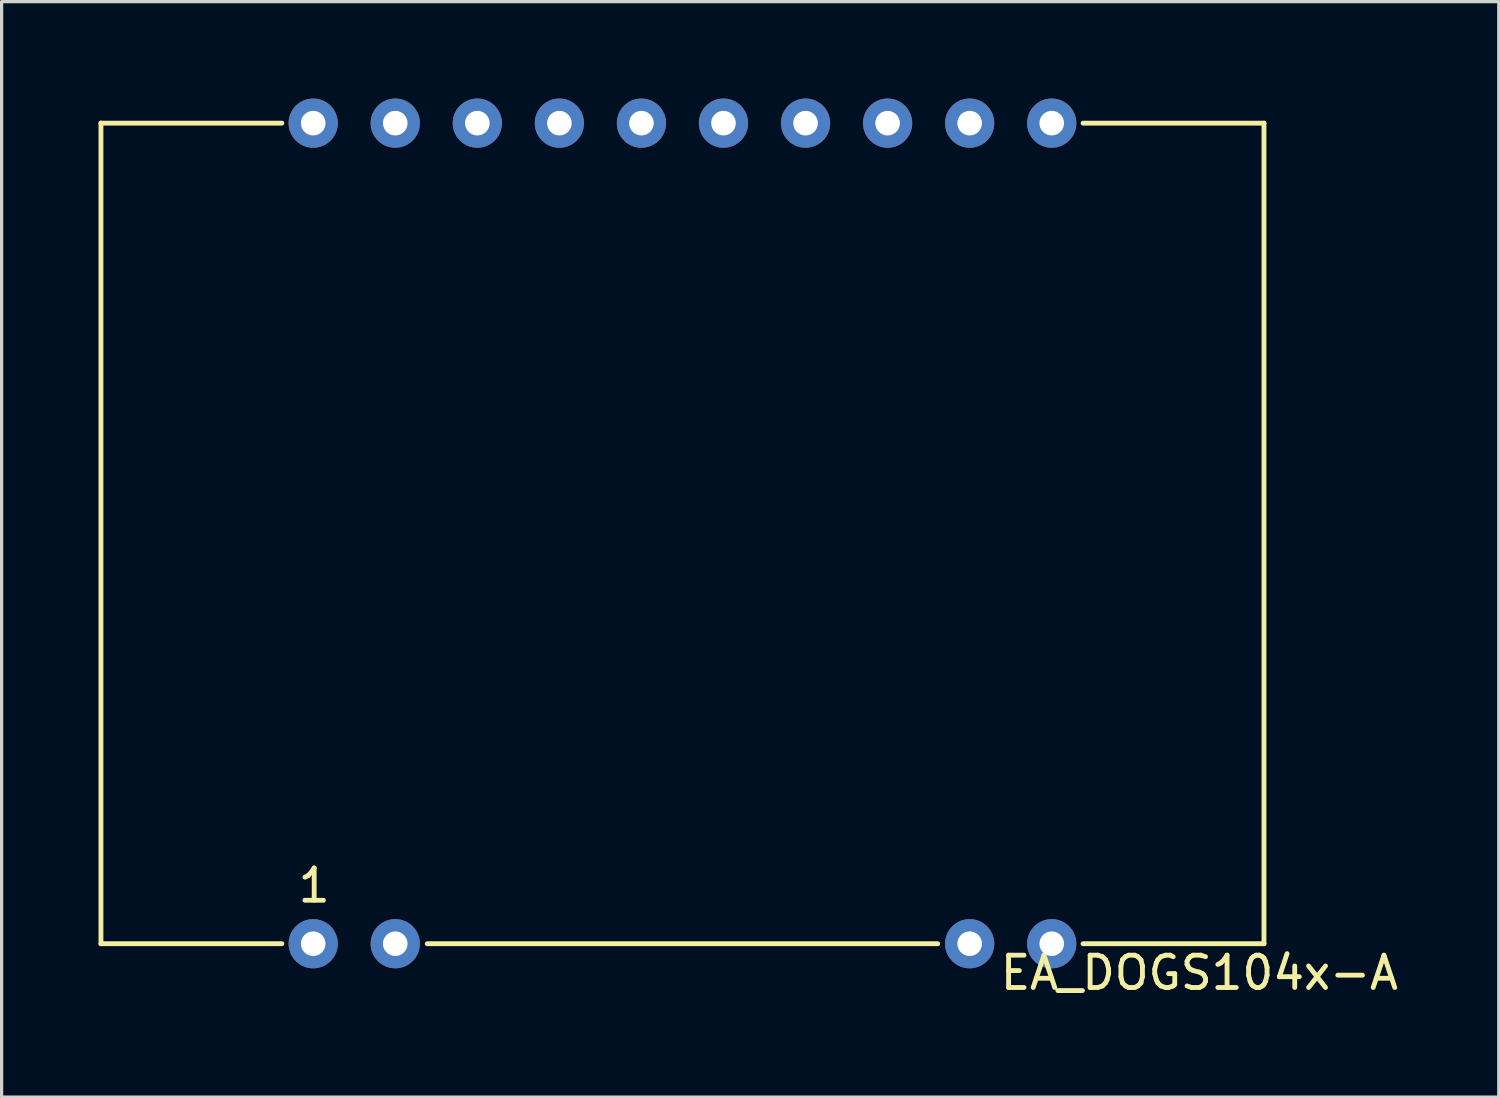
<source format=kicad_pcb>
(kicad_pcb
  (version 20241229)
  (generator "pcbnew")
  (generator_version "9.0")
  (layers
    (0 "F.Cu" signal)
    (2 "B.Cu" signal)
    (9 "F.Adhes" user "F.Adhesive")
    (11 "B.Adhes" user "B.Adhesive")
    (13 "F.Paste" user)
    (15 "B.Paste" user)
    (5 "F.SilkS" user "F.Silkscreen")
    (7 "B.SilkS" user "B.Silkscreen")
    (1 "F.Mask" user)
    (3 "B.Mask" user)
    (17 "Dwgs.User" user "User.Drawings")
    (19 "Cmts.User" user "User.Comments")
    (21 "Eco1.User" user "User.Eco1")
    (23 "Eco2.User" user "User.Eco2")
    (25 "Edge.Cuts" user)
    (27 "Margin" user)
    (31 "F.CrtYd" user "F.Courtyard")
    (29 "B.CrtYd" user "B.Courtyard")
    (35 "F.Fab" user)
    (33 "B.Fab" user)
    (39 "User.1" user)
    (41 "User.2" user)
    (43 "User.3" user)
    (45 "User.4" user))
  (footprint "EA_DOGS104x-A"
    (layer "F.Cu")
    (at 6.675 0.762)
    (property "Reference" "EA_DOGS104x-A" (at 27.4 26.3 0) (layer "F.SilkS") (effects (font (size 1 1) (thickness 0.15))))
    (attr through_hole)
    (fp_line (start -6.6 0) (end -6.6 25.4) (stroke (width 0.15) (type solid)) (layer "F.SilkS"))
    (fp_line (start -1 0) (end -6.6 0) (stroke (width 0.15) (type solid)) (layer "F.SilkS"))
    (fp_line (start -1 25.4) (end -6.6 25.4) (stroke (width 0.15) (type solid)) (layer "F.SilkS"))
    (fp_line (start 3.5 25.4) (end 19.3 25.4) (stroke (width 0.15) (type solid)) (layer "F.SilkS"))
    (fp_line (start 29.4 0) (end 23.8 0) (stroke (width 0.15) (type solid)) (layer "F.SilkS"))
    (fp_line (start 29.4 0) (end 29.4 25.4) (stroke (width 0.15) (type solid)) (layer "F.SilkS"))
    (fp_line (start 29.4 25.4) (end 23.8 25.4) (stroke (width 0.15) (type solid)) (layer "F.SilkS"))
    (fp_text user "1" (at 0 23.6 0) (layer "F.SilkS") (effects (font (size 1 1) (thickness 0.15))))
    (pad "1" thru_hole circle (at -0.03 25.4) (size 1.524 1.524) (drill 0.762) (layers "*.Cu" "*.Mask"))
    (pad "2" thru_hole circle (at 2.51 25.4) (size 1.524 1.524) (drill 0.762) (layers "*.Cu" "*.Mask"))
    (pad "9" thru_hole circle (at 20.29 25.4) (size 1.524 1.524) (drill 0.762) (layers "*.Cu" "*.Mask"))
    (pad "10" thru_hole circle (at 22.83 25.4) (size 1.524 1.524) (drill 0.762) (layers "*.Cu" "*.Mask"))
    (pad "11" thru_hole circle (at 22.83 0) (size 1.524 1.524) (drill 0.762) (layers "*.Cu" "*.Mask"))
    (pad "12" thru_hole circle (at 20.29 0) (size 1.524 1.524) (drill 0.762) (layers "*.Cu" "*.Mask"))
    (pad "13" thru_hole circle (at 17.75 0) (size 1.524 1.524) (drill 0.762) (layers "*.Cu" "*.Mask"))
    (pad "14" thru_hole circle (at 15.21 0) (size 1.524 1.524) (drill 0.762) (layers "*.Cu" "*.Mask"))
    (pad "15" thru_hole circle (at 12.67 0) (size 1.524 1.524) (drill 0.762) (layers "*.Cu" "*.Mask"))
    (pad "16" thru_hole circle (at 10.13 0) (size 1.524 1.524) (drill 0.762) (layers "*.Cu" "*.Mask"))
    (pad "17" thru_hole circle (at 7.59 0) (size 1.524 1.524) (drill 0.762) (layers "*.Cu" "*.Mask"))
    (pad "18" thru_hole circle (at 5.05 0) (size 1.524 1.524) (drill 0.762) (layers "*.Cu" "*.Mask"))
    (pad "19" thru_hole circle (at 2.51 0) (size 1.524 1.524) (drill 0.762) (layers "*.Cu" "*.Mask"))
    (pad "20" thru_hole circle (at -0.03 0) (size 1.524 1.524) (drill 0.762) (layers "*.Cu" "*.Mask")))
  (gr_rect
    (start -3 -3)
    (end 43.343 30.91)
    (stroke (width 0.1) (type default))
    (fill no)
    (layer "Edge.Cuts")))
</source>
